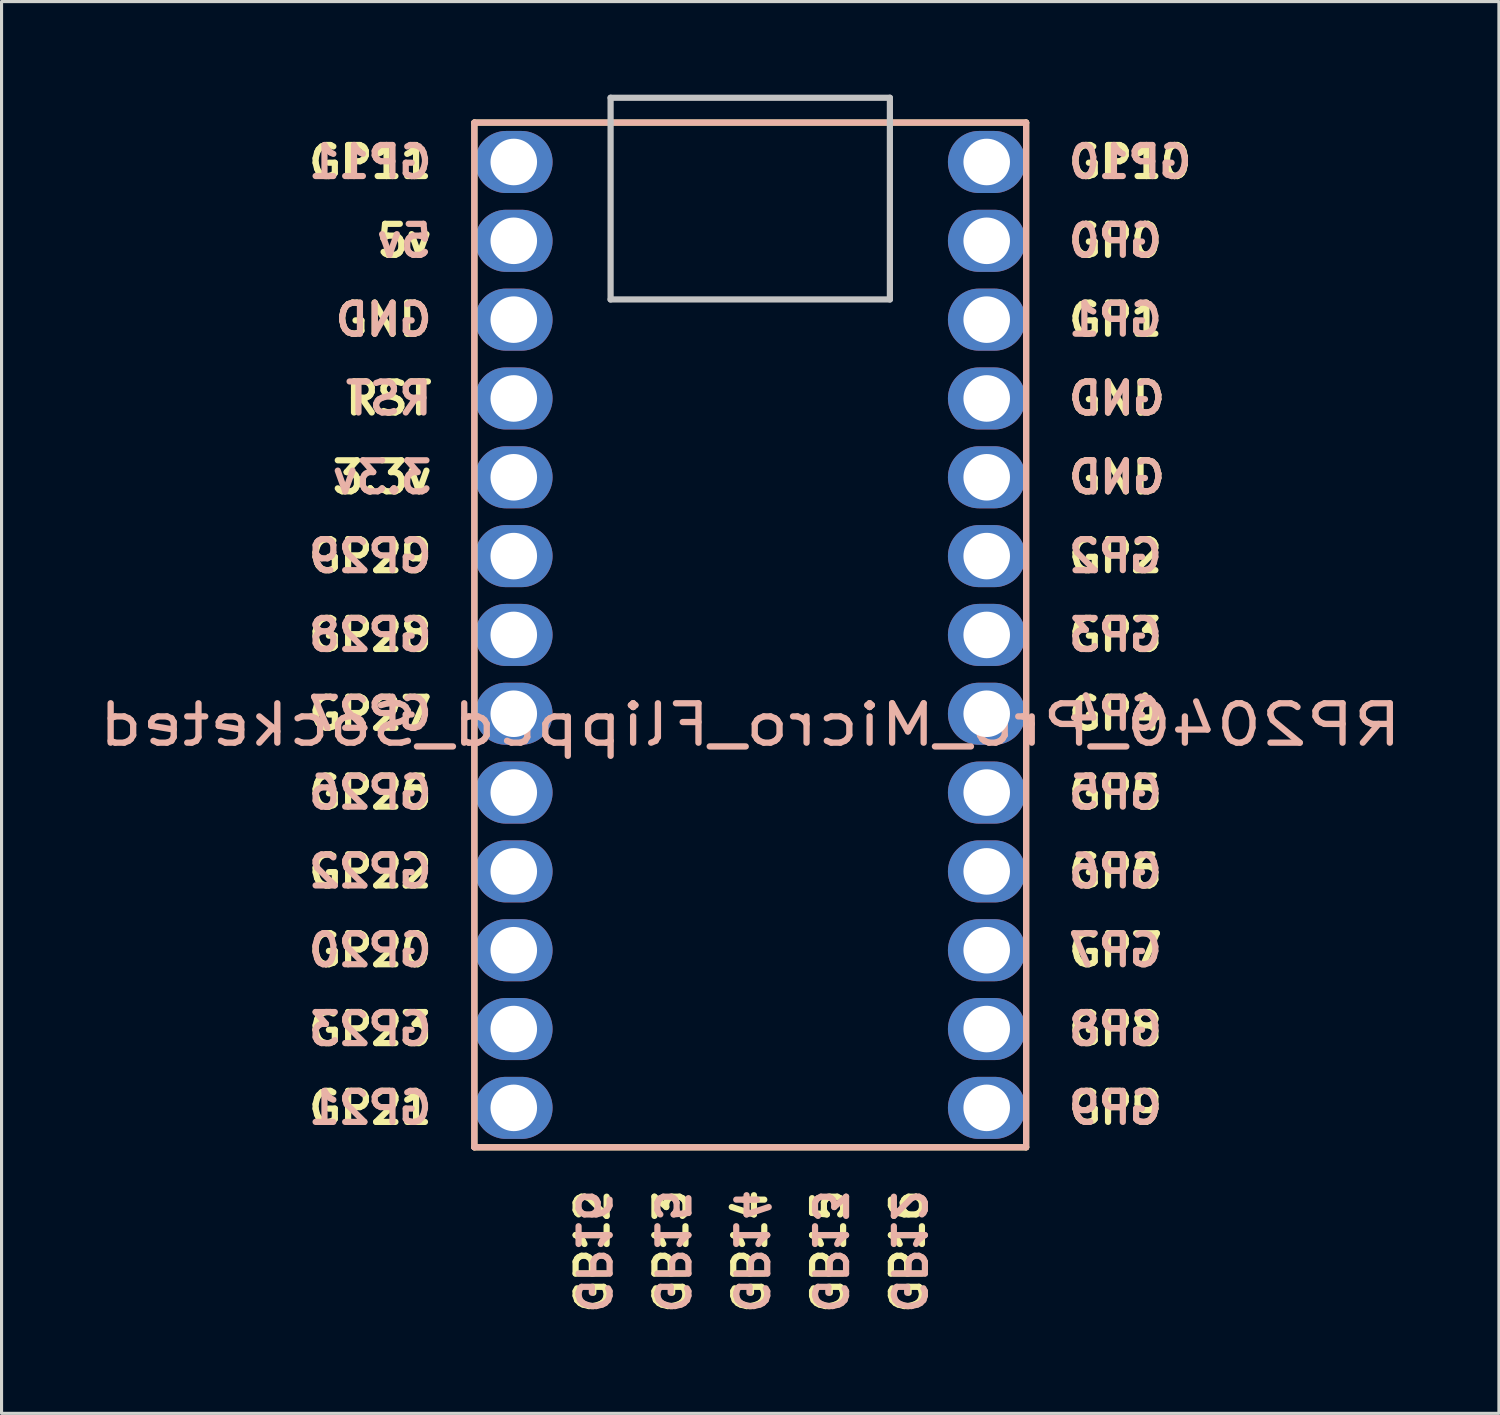
<source format=kicad_pcb>
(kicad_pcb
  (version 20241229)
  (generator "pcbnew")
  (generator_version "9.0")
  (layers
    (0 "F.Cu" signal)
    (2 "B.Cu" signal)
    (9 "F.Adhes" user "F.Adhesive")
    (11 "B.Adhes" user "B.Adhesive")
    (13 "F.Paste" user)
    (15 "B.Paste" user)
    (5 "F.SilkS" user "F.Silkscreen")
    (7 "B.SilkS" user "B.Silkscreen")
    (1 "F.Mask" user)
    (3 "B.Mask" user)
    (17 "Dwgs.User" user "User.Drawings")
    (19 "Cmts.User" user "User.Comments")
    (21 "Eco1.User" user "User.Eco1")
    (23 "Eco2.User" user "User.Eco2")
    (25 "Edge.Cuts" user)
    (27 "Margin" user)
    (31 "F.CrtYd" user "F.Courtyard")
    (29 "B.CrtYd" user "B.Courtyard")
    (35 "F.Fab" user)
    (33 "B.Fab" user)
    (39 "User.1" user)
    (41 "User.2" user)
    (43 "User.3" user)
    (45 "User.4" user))
  (footprint "RP2040_Pro_Micro_Flipped_Socketed"
    (layer "F.Cu")
    (at 21.126 18.68)
    (property "Reference" "RP2040_Pro_Micro_Flipped_Socketed" (at 0 1.625 0) (layer "B.SilkS") (effects (font (size 1.27 1.524) (thickness 0.203)) (justify mirror)))
    (attr through_hole)
    (fp_line (start -8.89 -17.78) (end -8.89 15.24) (stroke (width 0.2) (type solid)) (layer "F.SilkS"))
    (fp_line (start -8.89 15.24) (end 8.89 15.24) (stroke (width 0.2) (type solid)) (layer "F.SilkS"))
    (fp_line (start 8.89 -17.78) (end -8.89 -17.78) (stroke (width 0.2) (type solid)) (layer "F.SilkS"))
    (fp_line (start 8.89 15.24) (end 8.89 -17.78) (stroke (width 0.2) (type solid)) (layer "F.SilkS"))
    (fp_line (start -8.89 -17.78) (end -8.89 15.24) (stroke (width 0.2) (type solid)) (layer "B.SilkS"))
    (fp_line (start -8.89 15.24) (end 8.89 15.24) (stroke (width 0.2) (type solid)) (layer "B.SilkS"))
    (fp_line (start 8.89 -17.78) (end -8.89 -17.78) (stroke (width 0.2) (type solid)) (layer "B.SilkS"))
    (fp_line (start 8.89 15.24) (end 8.89 -17.78) (stroke (width 0.2) (type solid)) (layer "B.SilkS"))
    (fp_line (start -4.5 -18.58) (end -4.5 -12.08) (stroke (width 0.2) (type default)) (layer "Dwgs.User"))
    (fp_line (start -4.5 -18.58) (end 4.5 -18.58) (stroke (width 0.2) (type default)) (layer "Dwgs.User"))
    (fp_line (start -4.5 -12.08) (end 4.5 -12.08) (stroke (width 0.2) (type default)) (layer "Dwgs.User"))
    (fp_line (start 4.5 -18.58) (end 4.5 -12.08) (stroke (width 0.2) (type default)) (layer "Dwgs.User"))
    (fp_text user "3.3v" (at -10.16 -6.35 0) (unlocked yes) (layer "F.SilkS") (effects (font (size 1 1) (thickness 0.2) (bold yes)) (justify right)))
    (fp_text user "GP20" (at -10.16 8.89 0) (unlocked yes) (layer "F.SilkS") (effects (font (size 1 1) (thickness 0.2) (bold yes)) (justify right)))
    (fp_text user "GP12" (at -5.08 16.51 90) (unlocked yes) (layer "F.SilkS") (effects (font (size 1 1) (thickness 0.2) (bold yes)) (justify right)))
    (fp_text user "GP11" (at -10.16 -16.51 0) (unlocked yes) (layer "F.SilkS") (effects (font (size 1 1) (thickness 0.2) (bold yes)) (justify right)))
    (fp_text user "GP9" (at 10.16 13.97 0) (unlocked yes) (layer "F.SilkS") (effects (font (size 1 1) (thickness 0.2) (bold yes)) (justify left)))
    (fp_text user "GP0" (at 10.16 -13.97 0) (unlocked yes) (layer "F.SilkS") (effects (font (size 1 1) (thickness 0.2) (bold yes)) (justify left)))
    (fp_text user "GP4" (at 10.16 1.27 0) (unlocked yes) (layer "F.SilkS") (effects (font (size 1 1) (thickness 0.2) (bold yes)) (justify left)))
    (fp_text user "GP1" (at 10.16 -11.43 0) (unlocked yes) (layer "F.SilkS") (effects (font (size 1 1) (thickness 0.2) (bold yes)) (justify left)))
    (fp_text user "GP15" (at 2.54 16.51 90) (unlocked yes) (layer "F.SilkS") (effects (font (size 1 1) (thickness 0.2) (bold yes)) (justify right)))
    (fp_text user "GP7" (at 10.16 8.89 0) (unlocked yes) (layer "F.SilkS") (effects (font (size 1 1) (thickness 0.2) (bold yes)) (justify left)))
    (fp_text user "GP6" (at 10.16 6.35 0) (unlocked yes) (layer "F.SilkS") (effects (font (size 1 1) (thickness 0.2) (bold yes)) (justify left)))
    (fp_text user "5v" (at -10.16 -13.97 0) (unlocked yes) (layer "F.SilkS") (effects (font (size 1 1) (thickness 0.2) (bold yes)) (justify right)))
    (fp_text user "GND" (at 10.16 -8.89 0) (unlocked yes) (layer "F.SilkS") (effects (font (size 1 1) (thickness 0.2) (bold yes)) (justify left)))
    (fp_text user "GP3" (at 10.16 -1.27 0) (unlocked yes) (layer "F.SilkS") (effects (font (size 1 1) (thickness 0.2) (bold yes)) (justify left)))
    (fp_text user "GP5" (at 10.16 3.81 0) (unlocked yes) (layer "F.SilkS") (effects (font (size 1 1) (thickness 0.2) (bold yes)) (justify left)))
    (fp_text user "GP23" (at -10.16 11.43 0) (unlocked yes) (layer "F.SilkS") (effects (font (size 1 1) (thickness 0.2) (bold yes)) (justify right)))
    (fp_text user "GP8" (at 10.16 11.43 0) (unlocked yes) (layer "F.SilkS") (effects (font (size 1 1) (thickness 0.2) (bold yes)) (justify left)))
    (fp_text user "GP27" (at -10.16 1.27 0) (unlocked yes) (layer "F.SilkS") (effects (font (size 1 1) (thickness 0.2) (bold yes)) (justify right)))
    (fp_text user "GP21" (at -10.16 13.97 0) (unlocked yes) (layer "F.SilkS") (effects (font (size 1 1) (thickness 0.2) (bold yes)) (justify right)))
    (fp_text user "GP22" (at -10.16 6.35 0) (unlocked yes) (layer "F.SilkS") (effects (font (size 1 1) (thickness 0.2) (bold yes)) (justify right)))
    (fp_text user "GP2" (at 10.16 -3.81 0) (unlocked yes) (layer "F.SilkS") (effects (font (size 1 1) (thickness 0.2) (bold yes)) (justify left)))
    (fp_text user "GP26" (at -10.16 3.81 0) (unlocked yes) (layer "F.SilkS") (effects (font (size 1 1) (thickness 0.2) (bold yes)) (justify right)))
    (fp_text user "GP16" (at 5.08 16.51 90) (unlocked yes) (layer "F.SilkS") (effects (font (size 1 1) (thickness 0.2) (bold yes)) (justify right)))
    (fp_text user "GP14" (at 0 16.51 90) (unlocked yes) (layer "F.SilkS") (effects (font (size 1 1) (thickness 0.2) (bold yes)) (justify right)))
    (fp_text user "RST" (at -10.16 -8.89 0) (unlocked yes) (layer "F.SilkS") (effects (font (size 1 1) (thickness 0.2) (bold yes)) (justify right)))
    (fp_text user "GND" (at -10.16 -11.43 0) (unlocked yes) (layer "F.SilkS") (effects (font (size 1 1) (thickness 0.2) (bold yes)) (justify right)))
    (fp_text user "GP28" (at -10.16 -1.27 0) (unlocked yes) (layer "F.SilkS") (effects (font (size 1 1) (thickness 0.2) (bold yes)) (justify right)))
    (fp_text user "GND" (at 10.16 -6.35 0) (unlocked yes) (layer "F.SilkS") (effects (font (size 1 1) (thickness 0.2) (bold yes)) (justify left)))
    (fp_text user "GP10" (at 10.16 -16.51 0) (unlocked yes) (layer "F.SilkS") (effects (font (size 1 1) (thickness 0.2) (bold yes)) (justify left)))
    (fp_text user "GP29" (at -10.16 -3.81 0) (unlocked yes) (layer "F.SilkS") (effects (font (size 1 1) (thickness 0.2) (bold yes)) (justify right)))
    (fp_text user "GP13" (at -2.54 16.51 90) (unlocked yes) (layer "F.SilkS") (effects (font (size 1 1) (thickness 0.2) (bold yes)) (justify right)))
    (fp_text user "GP13" (at 2.54 16.51 270) (unlocked yes) (layer "B.SilkS") (effects (font (size 1 1) (thickness 0.2) (bold yes)) (justify right mirror)))
    (fp_text user "3.3v" (at -10.16 -6.35 0) (unlocked yes) (layer "B.SilkS") (effects (font (size 1 1) (thickness 0.2) (bold yes)) (justify left mirror)))
    (fp_text user "GP10" (at 10.16 -16.51 0) (unlocked yes) (layer "B.SilkS") (effects (font (size 1 1) (thickness 0.2) (bold yes)) (justify right mirror)))
    (fp_text user "GP22" (at -10.16 6.35 0) (unlocked yes) (layer "B.SilkS") (effects (font (size 1 1) (thickness 0.2) (bold yes)) (justify left mirror)))
    (fp_text user "GP1" (at 10.16 -11.43 0) (unlocked yes) (layer "B.SilkS") (effects (font (size 1 1) (thickness 0.2) (bold yes)) (justify right mirror)))
    (fp_text user "GP7" (at 10.16 8.89 0) (unlocked yes) (layer "B.SilkS") (effects (font (size 1 1) (thickness 0.2) (bold yes)) (justify right mirror)))
    (fp_text user "GP28" (at -10.16 -1.27 0) (unlocked yes) (layer "B.SilkS") (effects (font (size 1 1) (thickness 0.2) (bold yes)) (justify left mirror)))
    (fp_text user "RST" (at -10.16 -8.89 0) (unlocked yes) (layer "B.SilkS") (effects (font (size 1 1) (thickness 0.2) (bold yes)) (justify left mirror)))
    (fp_text user "GP12" (at 5.08 16.51 270) (unlocked yes) (layer "B.SilkS") (effects (font (size 1 1) (thickness 0.2) (bold yes)) (justify right mirror)))
    (fp_text user "GP21" (at -10.16 13.97 0) (unlocked yes) (layer "B.SilkS") (effects (font (size 1 1) (thickness 0.2) (bold yes)) (justify left mirror)))
    (fp_text user "GP20" (at -10.16 8.89 0) (unlocked yes) (layer "B.SilkS") (effects (font (size 1 1) (thickness 0.2) (bold yes)) (justify left mirror)))
    (fp_text user "GP23" (at -10.16 11.43 0) (unlocked yes) (layer "B.SilkS") (effects (font (size 1 1) (thickness 0.2) (bold yes)) (justify left mirror)))
    (fp_text user "GP26" (at -10.16 3.81 0) (unlocked yes) (layer "B.SilkS") (effects (font (size 1 1) (thickness 0.2) (bold yes)) (justify left mirror)))
    (fp_text user "GP29" (at -10.16 -3.81 0) (unlocked yes) (layer "B.SilkS") (effects (font (size 1 1) (thickness 0.2) (bold yes)) (justify left mirror)))
    (fp_text user "GP5" (at 10.16 3.81 0) (unlocked yes) (layer "B.SilkS") (effects (font (size 1 1) (thickness 0.2) (bold yes)) (justify right mirror)))
    (fp_text user "GP11" (at -10.16 -16.51 0) (unlocked yes) (layer "B.SilkS") (effects (font (size 1 1) (thickness 0.2) (bold yes)) (justify left mirror)))
    (fp_text user "GND" (at -10.16 -11.43 0) (unlocked yes) (layer "B.SilkS") (effects (font (size 1 1) (thickness 0.2) (bold yes)) (justify left mirror)))
    (fp_text user "GP15" (at -2.54 16.51 270) (unlocked yes) (layer "B.SilkS") (effects (font (size 1 1) (thickness 0.2) (bold yes)) (justify right mirror)))
    (fp_text user "GP9" (at 10.16 13.97 0) (unlocked yes) (layer "B.SilkS") (effects (font (size 1 1) (thickness 0.2) (bold yes)) (justify right mirror)))
    (fp_text user "GP8" (at 10.16 11.43 0) (unlocked yes) (layer "B.SilkS") (effects (font (size 1 1) (thickness 0.2) (bold yes)) (justify right mirror)))
    (fp_text user "GP0" (at 10.16 -13.97 0) (unlocked yes) (layer "B.SilkS") (effects (font (size 1 1) (thickness 0.2) (bold yes)) (justify right mirror)))
    (fp_text user "GND" (at 10.16 -8.89 0) (unlocked yes) (layer "B.SilkS") (effects (font (size 1 1) (thickness 0.2) (bold yes)) (justify right mirror)))
    (fp_text user "GP6" (at 10.16 6.35 0) (unlocked yes) (layer "B.SilkS") (effects (font (size 1 1) (thickness 0.2) (bold yes)) (justify right mirror)))
    (fp_text user "5v" (at -10.16 -13.97 0) (unlocked yes) (layer "B.SilkS") (effects (font (size 1 1) (thickness 0.2) (bold yes)) (justify left mirror)))
    (fp_text user "GP16" (at -5.08 16.51 270) (unlocked yes) (layer "B.SilkS") (effects (font (size 1 1) (thickness 0.2) (bold yes)) (justify right mirror)))
    (fp_text user "GP27" (at -10.16 1.27 0) (unlocked yes) (layer "B.SilkS") (effects (font (size 1 1) (thickness 0.2) (bold yes)) (justify left mirror)))
    (fp_text user "GP14" (at 0 16.51 270) (unlocked yes) (layer "B.SilkS") (effects (font (size 1 1) (thickness 0.2) (bold yes)) (justify right mirror)))
    (fp_text user "GP2" (at 10.16 -3.81 0) (unlocked yes) (layer "B.SilkS") (effects (font (size 1 1) (thickness 0.2) (bold yes)) (justify right mirror)))
    (fp_text user "GP4" (at 10.16 1.27 0) (unlocked yes) (layer "B.SilkS") (effects (font (size 1 1) (thickness 0.2) (bold yes)) (justify right mirror)))
    (fp_text user "GND" (at 10.16 -6.35 0) (unlocked yes) (layer "B.SilkS") (effects (font (size 1 1) (thickness 0.2) (bold yes)) (justify right mirror)))
    (fp_text user "GP3" (at 10.16 -1.27 0) (unlocked yes) (layer "B.SilkS") (effects (font (size 1 1) (thickness 0.2) (bold yes)) (justify right mirror)))
    (pad "1" thru_hole oval (at 7.62 -16.51 90) (size 2 2.5) (drill 1.5) (layers "*.Cu" "*.Mask"))
    (pad "2" thru_hole oval (at 7.62 -13.97 90) (size 2 2.5) (drill 1.5) (layers "*.Cu" "*.Mask"))
    (pad "3" thru_hole oval (at 7.62 -11.43 90) (size 2 2.5) (drill 1.5) (layers "*.Cu" "*.Mask"))
    (pad "4" thru_hole oval (at 7.62 -8.89 90) (size 2 2.5) (drill 1.5) (layers "*.Cu" "*.Mask"))
    (pad "5" thru_hole oval (at 7.62 -6.35 90) (size 2 2.5) (drill 1.5) (layers "*.Cu" "*.Mask"))
    (pad "6" thru_hole oval (at 7.62 -3.81 90) (size 2 2.5) (drill 1.5) (layers "*.Cu" "*.Mask"))
    (pad "7" thru_hole oval (at 7.62 -1.27 90) (size 2 2.5) (drill 1.5) (layers "*.Cu" "*.Mask"))
    (pad "8" thru_hole oval (at 7.62 1.27 90) (size 2 2.5) (drill 1.5) (layers "*.Cu" "*.Mask"))
    (pad "9" thru_hole oval (at 7.62 3.81 90) (size 2 2.5) (drill 1.5) (layers "*.Cu" "*.Mask"))
    (pad "10" thru_hole oval (at 7.62 6.35 90) (size 2 2.5) (drill 1.5) (layers "*.Cu" "*.Mask"))
    (pad "11" thru_hole oval (at 7.62 8.89 90) (size 2 2.5) (drill 1.5) (layers "*.Cu" "*.Mask"))
    (pad "12" thru_hole oval (at 7.62 11.43 90) (size 2 2.5) (drill 1.5) (layers "*.Cu" "*.Mask"))
    (pad "13" thru_hole oval (at 7.62 13.97 90) (size 2 2.5) (drill 1.5) (layers "*.Cu" "*.Mask"))
    (pad "19" thru_hole oval (at -7.62 13.97 90) (size 2 2.5) (drill 1.5) (layers "*.Cu" "*.Mask"))
    (pad "20" thru_hole oval (at -7.62 11.43 90) (size 2 2.5) (drill 1.5) (layers "*.Cu" "*.Mask"))
    (pad "21" thru_hole oval (at -7.62 8.89 90) (size 2 2.5) (drill 1.5) (layers "*.Cu" "*.Mask"))
    (pad "22" thru_hole oval (at -7.62 6.35 90) (size 2 2.5) (drill 1.5) (layers "*.Cu" "*.Mask"))
    (pad "23" thru_hole oval (at -7.62 3.81 90) (size 2 2.5) (drill 1.5) (layers "*.Cu" "*.Mask"))
    (pad "24" thru_hole oval (at -7.62 1.27 90) (size 2 2.5) (drill 1.5) (layers "*.Cu" "*.Mask"))
    (pad "25" thru_hole oval (at -7.62 -1.27 90) (size 2 2.5) (drill 1.5) (layers "*.Cu" "*.Mask"))
    (pad "26" thru_hole oval (at -7.62 -3.81 90) (size 2 2.5) (drill 1.5) (layers "*.Cu" "*.Mask"))
    (pad "27" thru_hole oval (at -7.62 -6.35 90) (size 2 2.5) (drill 1.5) (layers "*.Cu" "*.Mask"))
    (pad "28" thru_hole oval (at -7.62 -8.89 90) (size 2 2.5) (drill 1.5) (layers "*.Cu" "*.Mask"))
    (pad "29" thru_hole oval (at -7.62 -11.43 90) (size 2 2.5) (drill 1.5) (layers "*.Cu" "*.Mask"))
    (pad "30" thru_hole oval (at -7.62 -13.97 90) (size 2 2.5) (drill 1.5) (layers "*.Cu" "*.Mask"))
    (pad "31" thru_hole oval (at -7.62 -16.51 90) (size 2 2.5) (drill 1.5) (layers "*.Cu" "*.Mask")))
  (gr_rect
    (start -3 -3)
    (end 45.251 42.495)
    (stroke (width 0.1) (type default))
    (fill no)
    (layer "Edge.Cuts")))
</source>
